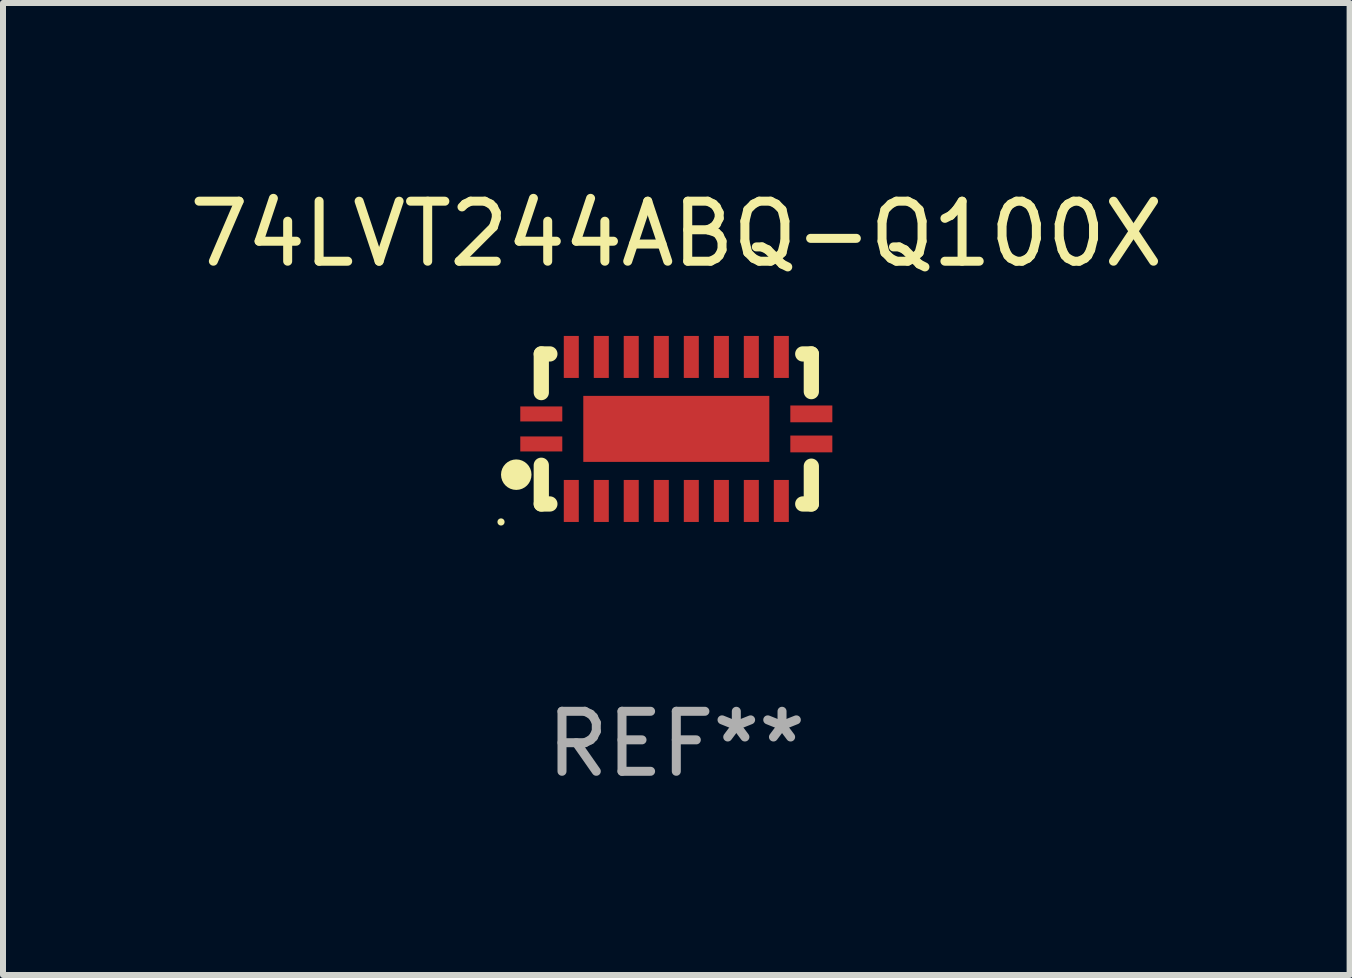
<source format=kicad_pcb>
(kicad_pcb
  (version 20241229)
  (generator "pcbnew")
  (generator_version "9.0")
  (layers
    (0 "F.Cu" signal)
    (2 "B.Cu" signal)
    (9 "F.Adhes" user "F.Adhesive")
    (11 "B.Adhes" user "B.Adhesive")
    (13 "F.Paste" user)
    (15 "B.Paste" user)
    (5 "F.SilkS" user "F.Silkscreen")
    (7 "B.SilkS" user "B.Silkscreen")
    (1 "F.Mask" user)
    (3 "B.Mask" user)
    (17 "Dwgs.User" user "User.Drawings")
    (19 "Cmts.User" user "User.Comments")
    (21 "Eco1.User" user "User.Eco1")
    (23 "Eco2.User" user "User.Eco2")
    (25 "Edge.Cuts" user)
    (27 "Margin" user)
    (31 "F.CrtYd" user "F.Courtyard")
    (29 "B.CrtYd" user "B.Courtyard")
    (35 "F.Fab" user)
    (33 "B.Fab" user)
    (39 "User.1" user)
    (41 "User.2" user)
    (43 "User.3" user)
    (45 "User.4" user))
  (footprint "74LVT244ABQ-Q100X"
    (layer "F.Cu")
    (at 8.22 4.098)
    (property "Reference" "74LVT244ABQ-Q100X" (at 0 -3.25 0) (layer "F.SilkS") (effects (font (size 1 1) (thickness 0.15))))
    (attr through_hole)
    (fp_line (start -2.25 0.605) (end -2.25 1.25) (stroke (width 0.254) (type solid)) (layer "F.SilkS"))
    (fp_line (start -2.25 1.25) (end -2.107 1.25) (stroke (width 0.254) (type solid)) (layer "F.SilkS"))
    (fp_line (start -2.25 -1.25) (end -2.25 -0.606) (stroke (width 0.254) (type solid)) (layer "F.SilkS"))
    (fp_line (start -2.25 -1.25) (end -2.107 -1.25) (stroke (width 0.254) (type solid)) (layer "F.SilkS"))
    (fp_line (start 2.107 -1.25) (end 2.25 -1.25) (stroke (width 0.254) (type solid)) (layer "F.SilkS"))
    (fp_line (start 2.107 1.25) (end 2.25 1.25) (stroke (width 0.254) (type solid)) (layer "F.SilkS"))
    (fp_line (start 2.25 -1.25) (end 2.25 -0.622) (stroke (width 0.254) (type solid)) (layer "F.SilkS"))
    (fp_line (start 2.25 0.62) (end 2.25 1.25) (stroke (width 0.254) (type solid)) (layer "F.SilkS"))
    (fp_circle (center -2.921 1.55) (end -2.891 1.55) (stroke (width 0.06) (type solid)) (fill no) (layer "F.SilkS"))
    (fp_circle (center -2.667 0.762) (end -2.54 0.762) (stroke (width 0.254) (type solid)) (fill no) (layer "F.SilkS"))
    (fp_text user "REF**" (at 0 5.25 0) (layer "F.Fab") (effects (font (size 1 1) (thickness 0.15))))
    (pad "1" smd rect (at -2.25 0.25 180) (size 0.7 0.25) (layers "F.Cu" "F.Mask" "F.Paste"))
    (pad "2" smd rect (at -1.75 1.2 90) (size 0.7 0.25) (layers "F.Cu" "F.Mask" "F.Paste"))
    (pad "3" smd rect (at -1.25 1.2 90) (size 0.7 0.25) (layers "F.Cu" "F.Mask" "F.Paste"))
    (pad "4" smd rect (at -0.751 1.2 90) (size 0.7 0.25) (layers "F.Cu" "F.Mask" "F.Paste"))
    (pad "5" smd rect (at -0.25 1.2 90) (size 0.7 0.25) (layers "F.Cu" "F.Mask" "F.Paste"))
    (pad "6" smd rect (at 0.25 1.2 90) (size 0.7 0.25) (layers "F.Cu" "F.Mask" "F.Paste"))
    (pad "7" smd rect (at 0.751 1.2 90) (size 0.7 0.25) (layers "F.Cu" "F.Mask" "F.Paste"))
    (pad "8" smd rect (at 1.25 1.2 90) (size 0.7 0.25) (layers "F.Cu" "F.Mask" "F.Paste"))
    (pad "9" smd rect (at 1.75 1.2 90) (size 0.7 0.25) (layers "F.Cu" "F.Mask" "F.Paste"))
    (pad "10" smd rect (at 2.25 0.25 180) (size 0.7 0.28) (layers "F.Cu" "F.Mask" "F.Paste"))
    (pad "11" smd rect (at 2.25 -0.251 180) (size 0.7 0.28) (layers "F.Cu" "F.Mask" "F.Paste"))
    (pad "12" smd rect (at 1.75 -1.2 90) (size 0.7 0.25) (layers "F.Cu" "F.Mask" "F.Paste"))
    (pad "13" smd rect (at 1.25 -1.2 90) (size 0.7 0.25) (layers "F.Cu" "F.Mask" "F.Paste"))
    (pad "14" smd rect (at 0.751 -1.2 90) (size 0.7 0.25) (layers "F.Cu" "F.Mask" "F.Paste"))
    (pad "15" smd rect (at 0.25 -1.2 90) (size 0.7 0.25) (layers "F.Cu" "F.Mask" "F.Paste"))
    (pad "16" smd rect (at -0.25 -1.2 90) (size 0.7 0.25) (layers "F.Cu" "F.Mask" "F.Paste"))
    (pad "17" smd rect (at -0.751 -1.2 90) (size 0.7 0.25) (layers "F.Cu" "F.Mask" "F.Paste"))
    (pad "18" smd rect (at -1.25 -1.2 90) (size 0.7 0.25) (layers "F.Cu" "F.Mask" "F.Paste"))
    (pad "19" smd rect (at -1.75 -1.2 90) (size 0.7 0.25) (layers "F.Cu" "F.Mask" "F.Paste"))
    (pad "20" smd rect (at -2.25 -0.25 180) (size 0.7 0.25) (layers "F.Cu" "F.Mask" "F.Paste"))
    (pad "21" smd rect (at 0 -0.001 180) (size 3.1 1.1) (layers "F.Cu" "F.Mask" "F.Paste")))
  (gr_rect
    (start -3 -3)
    (end 19.44 13.197)
    (stroke (width 0.1) (type default))
    (fill no)
    (layer "Edge.Cuts")))
</source>
